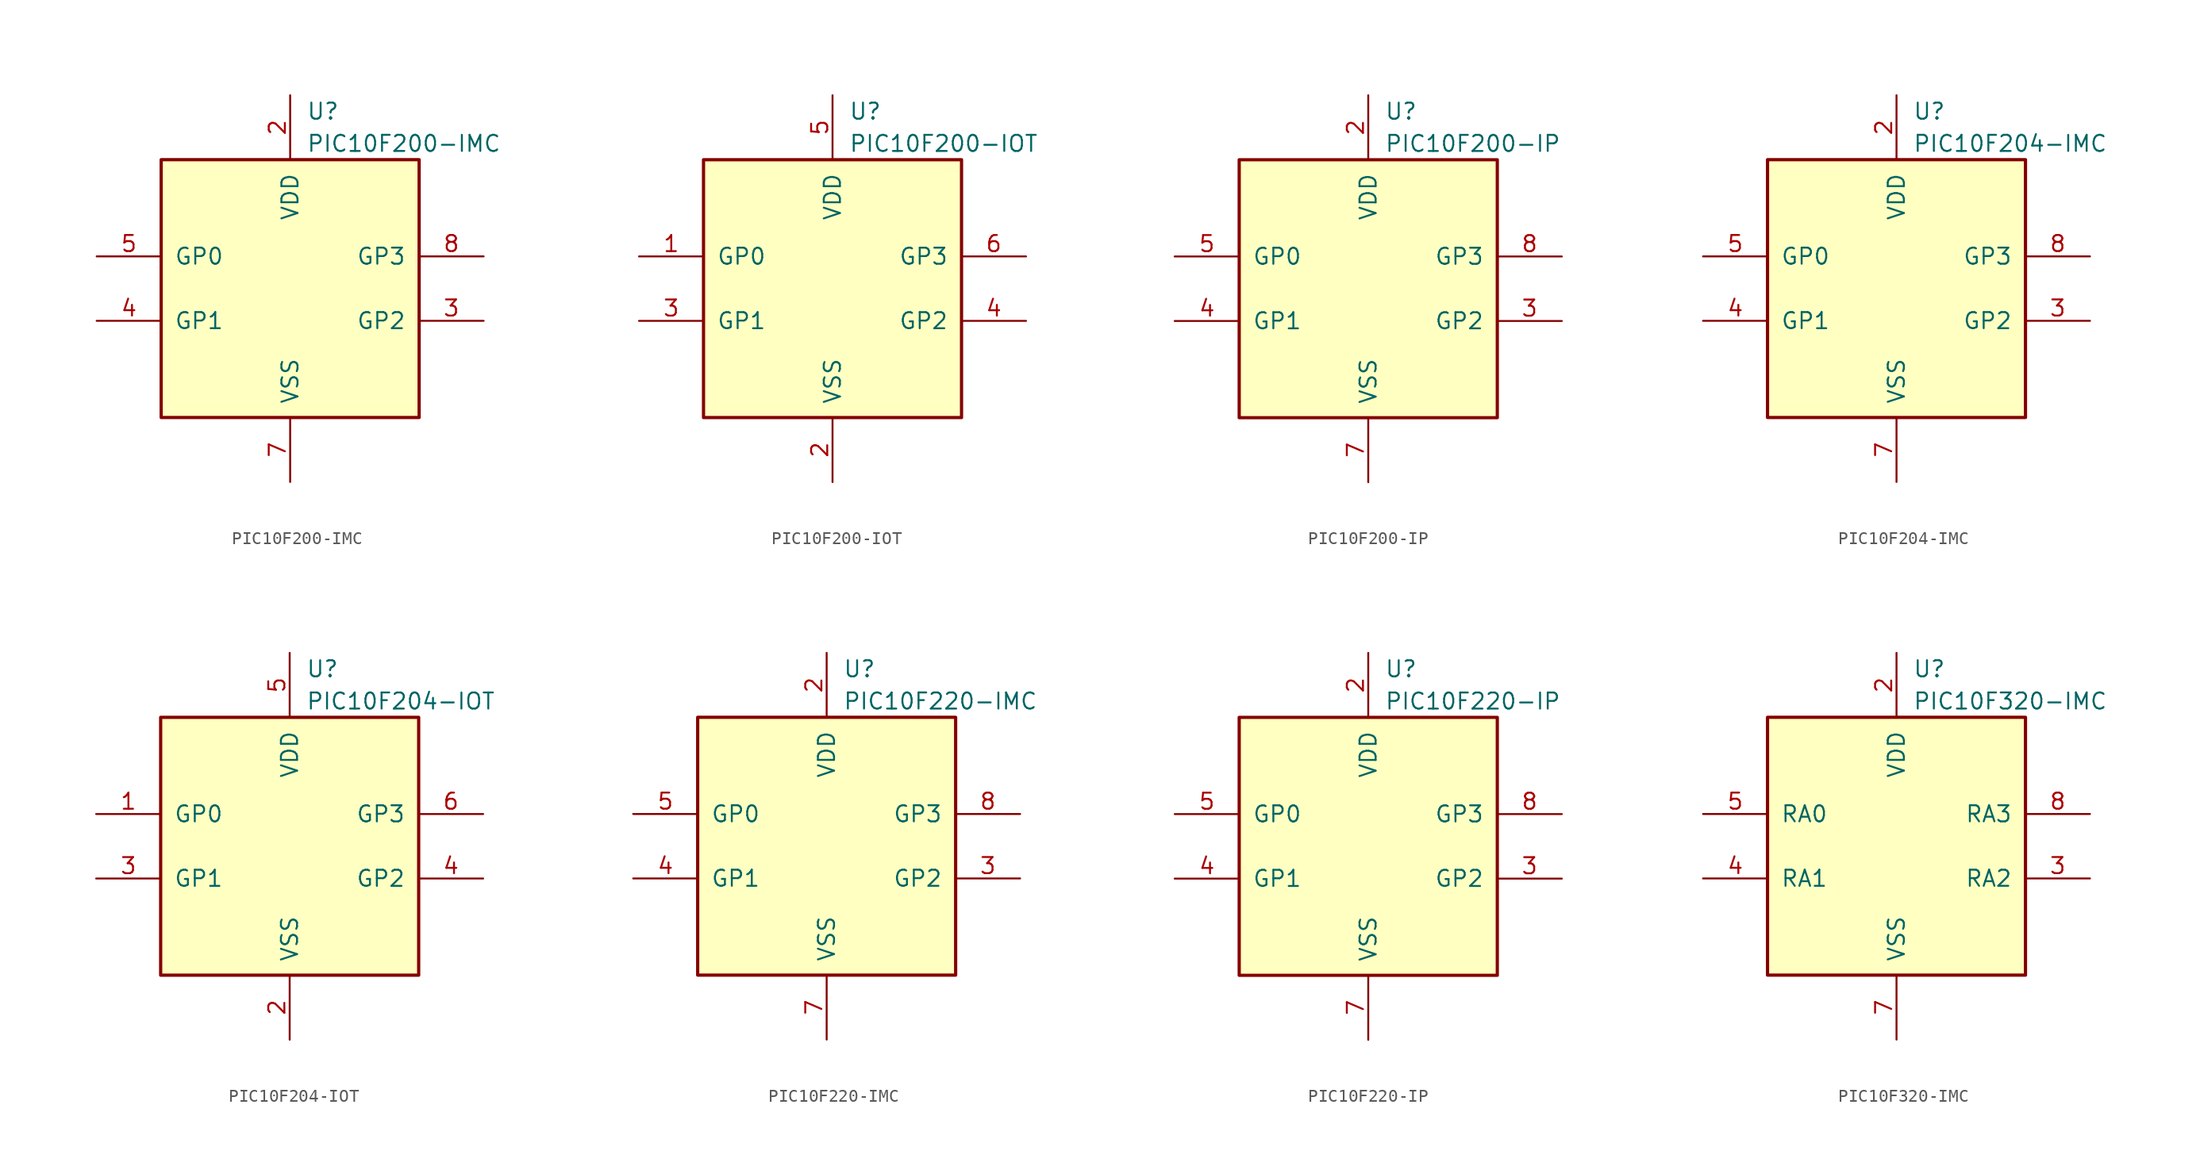
<source format=kicad_sym>
(kicad_symbol_lib
  (version 20211014)
  (generator kicad_symbol_editor)
  (symbol "PIC10F200-IMC"
    (pin_names
      (offset 1.016))
    (property "Reference" "U"
      (at 1.27 13.97 0)
      (effects (font (size 1.27 1.27)) (justify left)))
    (property "Value" "PIC10F200-IMC"
      (at 1.27 11.43 0)
      (effects (font (size 1.27 1.27)) (justify left)))
    (symbol "PIC10F200-IMC_0_1"
      (rectangle (start -10.16 10.16) (end 10.16 -10.16) (stroke (width 0.254) (type default) (color 0 0 0 0)) (fill (type background))))
    (symbol "PIC10F200-IMC_1_1"
      (pin power_in line (at 0 15.24 270) (length 5.08) (name "VDD" (effects (font (size 1.27 1.27)))) (number "2" (effects (font (size 1.27 1.27)))))
      (pin bidirectional line (at 15.24 -2.54 180) (length 5.08) (name "GP2" (effects (font (size 1.27 1.27)))) (number "3" (effects (font (size 1.27 1.27)))))
      (pin bidirectional line (at -15.24 -2.54 0) (length 5.08) (name "GP1" (effects (font (size 1.27 1.27)))) (number "4" (effects (font (size 1.27 1.27)))))
      (pin bidirectional line (at -15.24 2.54 0) (length 5.08) (name "GP0" (effects (font (size 1.27 1.27)))) (number "5" (effects (font (size 1.27 1.27)))))
      (pin power_in line (at 0 -15.24 90) (length 5.08) (name "VSS" (effects (font (size 1.27 1.27)))) (number "7" (effects (font (size 1.27 1.27)))))
      (pin input line (at 15.24 2.54 180) (length 5.08) (name "GP3" (effects (font (size 1.27 1.27)))) (number "8" (effects (font (size 1.27 1.27)))))))
  (symbol "PIC10F200-IOT"
    (pin_names
      (offset 1.016))
    (property "Reference" "U"
      (at 1.27 13.97 0)
      (effects (font (size 1.27 1.27)) (justify left)))
    (property "Value" "PIC10F200-IOT"
      (at 1.27 11.43 0)
      (effects (font (size 1.27 1.27)) (justify left)))
    (symbol "PIC10F200-IOT_0_1"
      (rectangle (start -10.16 10.16) (end 10.16 -10.16) (stroke (width 0.254) (type default) (color 0 0 0 0)) (fill (type background))))
    (symbol "PIC10F200-IOT_1_1"
      (pin bidirectional line (at -15.24 2.54 0) (length 5.08) (name "GP0" (effects (font (size 1.27 1.27)))) (number "1" (effects (font (size 1.27 1.27)))))
      (pin power_in line (at 0 -15.24 90) (length 5.08) (name "VSS" (effects (font (size 1.27 1.27)))) (number "2" (effects (font (size 1.27 1.27)))))
      (pin bidirectional line (at -15.24 -2.54 0) (length 5.08) (name "GP1" (effects (font (size 1.27 1.27)))) (number "3" (effects (font (size 1.27 1.27)))))
      (pin bidirectional line (at 15.24 -2.54 180) (length 5.08) (name "GP2" (effects (font (size 1.27 1.27)))) (number "4" (effects (font (size 1.27 1.27)))))
      (pin power_in line (at 0 15.24 270) (length 5.08) (name "VDD" (effects (font (size 1.27 1.27)))) (number "5" (effects (font (size 1.27 1.27)))))
      (pin input line (at 15.24 2.54 180) (length 5.08) (name "GP3" (effects (font (size 1.27 1.27)))) (number "6" (effects (font (size 1.27 1.27)))))))
  (symbol "PIC10F200-IP"
    (pin_names
      (offset 1.016))
    (property "Reference" "U"
      (at 1.27 13.97 0)
      (effects (font (size 1.27 1.27)) (justify left)))
    (property "Value" "PIC10F200-IP"
      (at 1.27 11.43 0)
      (effects (font (size 1.27 1.27)) (justify left)))
    (symbol "PIC10F200-IP_0_1"
      (rectangle (start -10.16 10.16) (end 10.16 -10.16) (stroke (width 0.254) (type default) (color 0 0 0 0)) (fill (type background))))
    (symbol "PIC10F200-IP_1_1"
      (pin power_in line (at 0 15.24 270) (length 5.08) (name "VDD" (effects (font (size 1.27 1.27)))) (number "2" (effects (font (size 1.27 1.27)))))
      (pin bidirectional line (at 15.24 -2.54 180) (length 5.08) (name "GP2" (effects (font (size 1.27 1.27)))) (number "3" (effects (font (size 1.27 1.27)))))
      (pin bidirectional line (at -15.24 -2.54 0) (length 5.08) (name "GP1" (effects (font (size 1.27 1.27)))) (number "4" (effects (font (size 1.27 1.27)))))
      (pin bidirectional line (at -15.24 2.54 0) (length 5.08) (name "GP0" (effects (font (size 1.27 1.27)))) (number "5" (effects (font (size 1.27 1.27)))))
      (pin power_in line (at 0 -15.24 90) (length 5.08) (name "VSS" (effects (font (size 1.27 1.27)))) (number "7" (effects (font (size 1.27 1.27)))))
      (pin input line (at 15.24 2.54 180) (length 5.08) (name "GP3" (effects (font (size 1.27 1.27)))) (number "8" (effects (font (size 1.27 1.27)))))))
  (symbol "PIC10F204-IMC"
    (pin_names
      (offset 1.016))
    (property "Reference" "U"
      (at 1.27 13.97 0)
      (effects (font (size 1.27 1.27)) (justify left)))
    (property "Value" "PIC10F204-IMC"
      (at 1.27 11.43 0)
      (effects (font (size 1.27 1.27)) (justify left)))
    (symbol "PIC10F204-IMC_0_1"
      (rectangle (start -10.16 10.16) (end 10.16 -10.16) (stroke (width 0.254) (type default) (color 0 0 0 0)) (fill (type background))))
    (symbol "PIC10F204-IMC_1_1"
      (pin power_in line (at 0 15.24 270) (length 5.08) (name "VDD" (effects (font (size 1.27 1.27)))) (number "2" (effects (font (size 1.27 1.27)))))
      (pin bidirectional line (at 15.24 -2.54 180) (length 5.08) (name "GP2" (effects (font (size 1.27 1.27)))) (number "3" (effects (font (size 1.27 1.27)))))
      (pin bidirectional line (at -15.24 -2.54 0) (length 5.08) (name "GP1" (effects (font (size 1.27 1.27)))) (number "4" (effects (font (size 1.27 1.27)))))
      (pin bidirectional line (at -15.24 2.54 0) (length 5.08) (name "GP0" (effects (font (size 1.27 1.27)))) (number "5" (effects (font (size 1.27 1.27)))))
      (pin power_in line (at 0 -15.24 90) (length 5.08) (name "VSS" (effects (font (size 1.27 1.27)))) (number "7" (effects (font (size 1.27 1.27)))))
      (pin input line (at 15.24 2.54 180) (length 5.08) (name "GP3" (effects (font (size 1.27 1.27)))) (number "8" (effects (font (size 1.27 1.27)))))))
  (symbol "PIC10F204-IOT"
    (pin_names
      (offset 1.016))
    (property "Reference" "U"
      (at 1.27 13.97 0)
      (effects (font (size 1.27 1.27)) (justify left)))
    (property "Value" "PIC10F204-IOT"
      (at 1.27 11.43 0)
      (effects (font (size 1.27 1.27)) (justify left)))
    (symbol "PIC10F204-IOT_0_1"
      (rectangle (start -10.16 10.16) (end 10.16 -10.16) (stroke (width 0.254) (type default) (color 0 0 0 0)) (fill (type background))))
    (symbol "PIC10F204-IOT_1_1"
      (pin bidirectional line (at -15.24 2.54 0) (length 5.08) (name "GP0" (effects (font (size 1.27 1.27)))) (number "1" (effects (font (size 1.27 1.27)))))
      (pin power_in line (at 0 -15.24 90) (length 5.08) (name "VSS" (effects (font (size 1.27 1.27)))) (number "2" (effects (font (size 1.27 1.27)))))
      (pin bidirectional line (at -15.24 -2.54 0) (length 5.08) (name "GP1" (effects (font (size 1.27 1.27)))) (number "3" (effects (font (size 1.27 1.27)))))
      (pin bidirectional line (at 15.24 -2.54 180) (length 5.08) (name "GP2" (effects (font (size 1.27 1.27)))) (number "4" (effects (font (size 1.27 1.27)))))
      (pin power_in line (at 0 15.24 270) (length 5.08) (name "VDD" (effects (font (size 1.27 1.27)))) (number "5" (effects (font (size 1.27 1.27)))))
      (pin input line (at 15.24 2.54 180) (length 5.08) (name "GP3" (effects (font (size 1.27 1.27)))) (number "6" (effects (font (size 1.27 1.27)))))))
  (symbol "PIC10F220-IMC"
    (pin_names
      (offset 1.016))
    (property "Reference" "U"
      (at 1.27 13.97 0)
      (effects (font (size 1.27 1.27)) (justify left)))
    (property "Value" "PIC10F220-IMC"
      (at 1.27 11.43 0)
      (effects (font (size 1.27 1.27)) (justify left)))
    (symbol "PIC10F220-IMC_0_1"
      (rectangle (start -10.16 10.16) (end 10.16 -10.16) (stroke (width 0.254) (type default) (color 0 0 0 0)) (fill (type background))))
    (symbol "PIC10F220-IMC_1_1"
      (pin power_in line (at 0 15.24 270) (length 5.08) (name "VDD" (effects (font (size 1.27 1.27)))) (number "2" (effects (font (size 1.27 1.27)))))
      (pin bidirectional line (at 15.24 -2.54 180) (length 5.08) (name "GP2" (effects (font (size 1.27 1.27)))) (number "3" (effects (font (size 1.27 1.27)))))
      (pin bidirectional line (at -15.24 -2.54 0) (length 5.08) (name "GP1" (effects (font (size 1.27 1.27)))) (number "4" (effects (font (size 1.27 1.27)))))
      (pin bidirectional line (at -15.24 2.54 0) (length 5.08) (name "GP0" (effects (font (size 1.27 1.27)))) (number "5" (effects (font (size 1.27 1.27)))))
      (pin power_in line (at 0 -15.24 90) (length 5.08) (name "VSS" (effects (font (size 1.27 1.27)))) (number "7" (effects (font (size 1.27 1.27)))))
      (pin input line (at 15.24 2.54 180) (length 5.08) (name "GP3" (effects (font (size 1.27 1.27)))) (number "8" (effects (font (size 1.27 1.27)))))))
  (symbol "PIC10F220-IP"
    (pin_names
      (offset 1.016))
    (property "Reference" "U"
      (at 1.27 13.97 0)
      (effects (font (size 1.27 1.27)) (justify left)))
    (property "Value" "PIC10F220-IP"
      (at 1.27 11.43 0)
      (effects (font (size 1.27 1.27)) (justify left)))
    (symbol "PIC10F220-IP_0_1"
      (rectangle (start -10.16 10.16) (end 10.16 -10.16) (stroke (width 0.254) (type default) (color 0 0 0 0)) (fill (type background))))
    (symbol "PIC10F220-IP_1_1"
      (pin power_in line (at 0 15.24 270) (length 5.08) (name "VDD" (effects (font (size 1.27 1.27)))) (number "2" (effects (font (size 1.27 1.27)))))
      (pin bidirectional line (at 15.24 -2.54 180) (length 5.08) (name "GP2" (effects (font (size 1.27 1.27)))) (number "3" (effects (font (size 1.27 1.27)))))
      (pin bidirectional line (at -15.24 -2.54 0) (length 5.08) (name "GP1" (effects (font (size 1.27 1.27)))) (number "4" (effects (font (size 1.27 1.27)))))
      (pin bidirectional line (at -15.24 2.54 0) (length 5.08) (name "GP0" (effects (font (size 1.27 1.27)))) (number "5" (effects (font (size 1.27 1.27)))))
      (pin power_in line (at 0 -15.24 90) (length 5.08) (name "VSS" (effects (font (size 1.27 1.27)))) (number "7" (effects (font (size 1.27 1.27)))))
      (pin input line (at 15.24 2.54 180) (length 5.08) (name "GP3" (effects (font (size 1.27 1.27)))) (number "8" (effects (font (size 1.27 1.27)))))))
  (symbol "PIC10F320-IMC"
    (pin_names
      (offset 1.016))
    (property "Reference" "U"
      (at 1.27 13.97 0)
      (effects (font (size 1.27 1.27)) (justify left)))
    (property "Value" "PIC10F320-IMC"
      (at 1.27 11.43 0)
      (effects (font (size 1.27 1.27)) (justify left)))
    (symbol "PIC10F320-IMC_0_1"
      (rectangle (start -10.16 10.16) (end 10.16 -10.16) (stroke (width 0.254) (type default) (color 0 0 0 0)) (fill (type background))))
    (symbol "PIC10F320-IMC_1_1"
      (pin power_in line (at 0 15.24 270) (length 5.08) (name "VDD" (effects (font (size 1.27 1.27)))) (number "2" (effects (font (size 1.27 1.27)))))
      (pin bidirectional line (at 15.24 -2.54 180) (length 5.08) (name "RA2" (effects (font (size 1.27 1.27)))) (number "3" (effects (font (size 1.27 1.27)))))
      (pin bidirectional line (at -15.24 -2.54 0) (length 5.08) (name "RA1" (effects (font (size 1.27 1.27)))) (number "4" (effects (font (size 1.27 1.27)))))
      (pin bidirectional line (at -15.24 2.54 0) (length 5.08) (name "RA0" (effects (font (size 1.27 1.27)))) (number "5" (effects (font (size 1.27 1.27)))))
      (pin power_in line (at 0 -15.24 90) (length 5.08) (name "VSS" (effects (font (size 1.27 1.27)))) (number "7" (effects (font (size 1.27 1.27)))))
      (pin input line (at 15.24 2.54 180) (length 5.08) (name "RA3" (effects (font (size 1.27 1.27)))) (number "8" (effects (font (size 1.27 1.27))))))))
</source>
